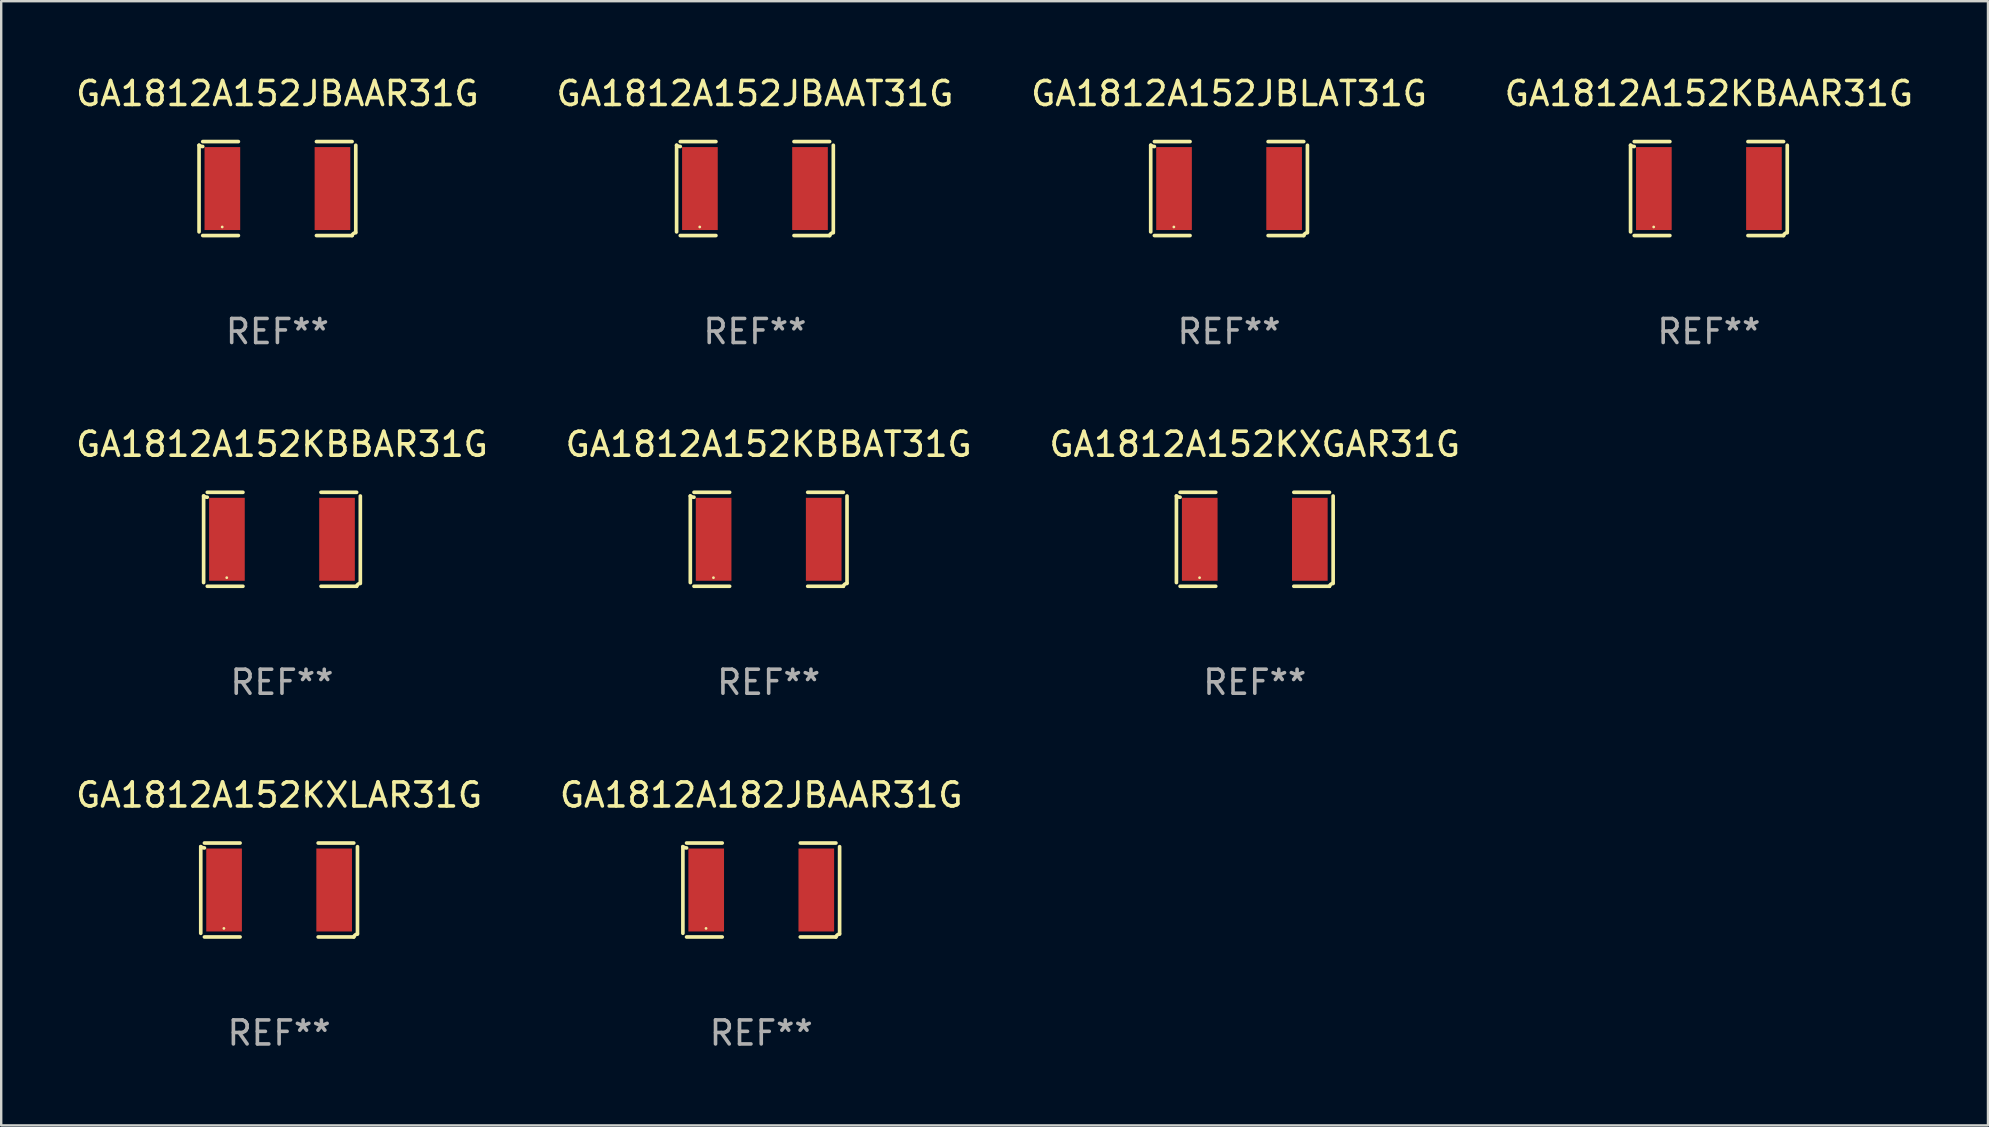
<source format=kicad_pcb>
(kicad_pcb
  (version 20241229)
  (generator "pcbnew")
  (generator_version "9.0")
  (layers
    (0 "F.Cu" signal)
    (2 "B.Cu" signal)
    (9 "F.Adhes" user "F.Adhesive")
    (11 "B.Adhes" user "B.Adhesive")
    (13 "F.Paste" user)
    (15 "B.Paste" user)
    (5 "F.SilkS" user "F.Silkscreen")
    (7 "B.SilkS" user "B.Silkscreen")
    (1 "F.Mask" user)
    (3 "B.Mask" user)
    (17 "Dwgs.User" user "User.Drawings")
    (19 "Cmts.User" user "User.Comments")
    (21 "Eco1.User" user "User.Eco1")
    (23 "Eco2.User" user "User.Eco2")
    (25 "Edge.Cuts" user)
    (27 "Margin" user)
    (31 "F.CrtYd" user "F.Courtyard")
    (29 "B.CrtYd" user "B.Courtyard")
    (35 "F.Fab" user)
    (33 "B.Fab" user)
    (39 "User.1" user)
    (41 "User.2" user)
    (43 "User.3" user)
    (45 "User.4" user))
  (footprint "GA1812A152KBBAR31G"
    (layer "F.Cu")
    (at 8.696 19.415)
    (property "Reference" "GA1812A152KBBAR31G" (at 0 -3.957 0) (layer "F.SilkS") (effects (font (size 1 1) (thickness 0.15))))
    (attr through_hole)
    (fp_line (start -3.264 1.804) (end -3.264 -1.804) (stroke (width 0.152) (type solid)) (layer "F.SilkS"))
    (fp_line (start -3.111 -1.957) (end -1.626 -1.957) (stroke (width 0.152) (type solid)) (layer "F.SilkS"))
    (fp_line (start -1.626 1.957) (end -3.111 1.957) (stroke (width 0.152) (type solid)) (layer "F.SilkS"))
    (fp_line (start 1.626 1.957) (end 3.111 1.957) (stroke (width 0.152) (type solid)) (layer "F.SilkS"))
    (fp_line (start 3.111 -1.957) (end 1.626 -1.957) (stroke (width 0.152) (type solid)) (layer "F.SilkS"))
    (fp_line (start 3.264 1.804) (end 3.264 -1.804) (stroke (width 0.152) (type solid)) (layer "F.SilkS"))
    (fp_arc (start -3.111202 -1.752192) (mid -3.191715 -1.76555) (end -3.263602 -1.804191) (stroke (width 0.1524) (type solid)) (layer "F.SilkS"))
    (fp_arc (start 3.111201 1.956591) (mid 3.167789 1.872777) (end 3.263602 1.840424) (stroke (width 0.1524) (type solid)) (layer "F.SilkS"))
    (fp_circle (center -2.3 1.6) (end -2.27 1.6) (stroke (width 0.06) (type solid)) (fill no) (layer "F.SilkS"))
    (fp_text user "REF**" (at 0 5.957 0) (layer "F.Fab") (effects (font (size 1 1) (thickness 0.15))))
    (pad "1" smd rect (at -2.293 0) (size 1.485 3.456) (layers "F.Cu" "F.Mask" "F.Paste"))
    (pad "2" smd rect (at 2.293 0) (size 1.485 3.456) (layers "F.Cu" "F.Mask" "F.Paste")))
  (footprint "GA1812A182JBAAR31G"
    (layer "F.Cu")
    (at 28.661 34.024)
    (property "Reference" "GA1812A182JBAAR31G" (at 0 -3.957 0) (layer "F.SilkS") (effects (font (size 1 1) (thickness 0.15))))
    (attr through_hole)
    (fp_line (start -3.264 1.804) (end -3.264 -1.804) (stroke (width 0.152) (type solid)) (layer "F.SilkS"))
    (fp_line (start -3.111 -1.957) (end -1.626 -1.957) (stroke (width 0.152) (type solid)) (layer "F.SilkS"))
    (fp_line (start -1.626 1.957) (end -3.111 1.957) (stroke (width 0.152) (type solid)) (layer "F.SilkS"))
    (fp_line (start 1.626 1.957) (end 3.111 1.957) (stroke (width 0.152) (type solid)) (layer "F.SilkS"))
    (fp_line (start 3.111 -1.957) (end 1.626 -1.957) (stroke (width 0.152) (type solid)) (layer "F.SilkS"))
    (fp_line (start 3.264 1.804) (end 3.264 -1.804) (stroke (width 0.152) (type solid)) (layer "F.SilkS"))
    (fp_arc (start -3.111202 -1.752192) (mid -3.191715 -1.76555) (end -3.263602 -1.804191) (stroke (width 0.1524) (type solid)) (layer "F.SilkS"))
    (fp_arc (start 3.111201 1.956591) (mid 3.167789 1.872777) (end 3.263602 1.840424) (stroke (width 0.1524) (type solid)) (layer "F.SilkS"))
    (fp_circle (center -2.3 1.6) (end -2.27 1.6) (stroke (width 0.06) (type solid)) (fill no) (layer "F.SilkS"))
    (fp_text user "REF**" (at 0 5.957 0) (layer "F.Fab") (effects (font (size 1 1) (thickness 0.15))))
    (pad "1" smd rect (at -2.293 0) (size 1.485 3.456) (layers "F.Cu" "F.Mask" "F.Paste"))
    (pad "2" smd rect (at 2.293 0) (size 1.485 3.456) (layers "F.Cu" "F.Mask" "F.Paste")))
  (footprint "GA1812A152KXLAR31G"
    (layer "F.Cu")
    (at 8.577 34.024)
    (property "Reference" "GA1812A152KXLAR31G" (at 0 -3.957 0) (layer "F.SilkS") (effects (font (size 1 1) (thickness 0.15))))
    (attr through_hole)
    (fp_line (start -3.264 1.804) (end -3.264 -1.804) (stroke (width 0.152) (type solid)) (layer "F.SilkS"))
    (fp_line (start -3.111 -1.957) (end -1.626 -1.957) (stroke (width 0.152) (type solid)) (layer "F.SilkS"))
    (fp_line (start -1.626 1.957) (end -3.111 1.957) (stroke (width 0.152) (type solid)) (layer "F.SilkS"))
    (fp_line (start 1.626 1.957) (end 3.111 1.957) (stroke (width 0.152) (type solid)) (layer "F.SilkS"))
    (fp_line (start 3.111 -1.957) (end 1.626 -1.957) (stroke (width 0.152) (type solid)) (layer "F.SilkS"))
    (fp_line (start 3.264 1.804) (end 3.264 -1.804) (stroke (width 0.152) (type solid)) (layer "F.SilkS"))
    (fp_arc (start -3.111202 -1.752192) (mid -3.191715 -1.76555) (end -3.263602 -1.804191) (stroke (width 0.1524) (type solid)) (layer "F.SilkS"))
    (fp_arc (start 3.111201 1.956591) (mid 3.167789 1.872777) (end 3.263602 1.840424) (stroke (width 0.1524) (type solid)) (layer "F.SilkS"))
    (fp_circle (center -2.3 1.6) (end -2.27 1.6) (stroke (width 0.06) (type solid)) (fill no) (layer "F.SilkS"))
    (fp_text user "REF**" (at 0 5.957 0) (layer "F.Fab") (effects (font (size 1 1) (thickness 0.15))))
    (pad "1" smd rect (at -2.293 0) (size 1.485 3.456) (layers "F.Cu" "F.Mask" "F.Paste"))
    (pad "2" smd rect (at 2.293 0) (size 1.485 3.456) (layers "F.Cu" "F.Mask" "F.Paste")))
  (footprint "GA1812A152JBLAT31G"
    (layer "F.Cu")
    (at 48.149 4.805)
    (property "Reference" "GA1812A152JBLAT31G" (at 0 -3.957 0) (layer "F.SilkS") (effects (font (size 1 1) (thickness 0.15))))
    (attr through_hole)
    (fp_line (start -3.264 1.804) (end -3.264 -1.804) (stroke (width 0.152) (type solid)) (layer "F.SilkS"))
    (fp_line (start -3.111 -1.957) (end -1.626 -1.957) (stroke (width 0.152) (type solid)) (layer "F.SilkS"))
    (fp_line (start -1.626 1.957) (end -3.111 1.957) (stroke (width 0.152) (type solid)) (layer "F.SilkS"))
    (fp_line (start 1.626 1.957) (end 3.111 1.957) (stroke (width 0.152) (type solid)) (layer "F.SilkS"))
    (fp_line (start 3.111 -1.957) (end 1.626 -1.957) (stroke (width 0.152) (type solid)) (layer "F.SilkS"))
    (fp_line (start 3.264 1.804) (end 3.264 -1.804) (stroke (width 0.152) (type solid)) (layer "F.SilkS"))
    (fp_arc (start -3.111202 -1.752192) (mid -3.191715 -1.76555) (end -3.263602 -1.804191) (stroke (width 0.1524) (type solid)) (layer "F.SilkS"))
    (fp_arc (start 3.111201 1.956591) (mid 3.167789 1.872777) (end 3.263602 1.840424) (stroke (width 0.1524) (type solid)) (layer "F.SilkS"))
    (fp_circle (center -2.3 1.6) (end -2.27 1.6) (stroke (width 0.06) (type solid)) (fill no) (layer "F.SilkS"))
    (fp_text user "REF**" (at 0 5.957 0) (layer "F.Fab") (effects (font (size 1 1) (thickness 0.15))))
    (pad "1" smd rect (at -2.293 0) (size 1.485 3.456) (layers "F.Cu" "F.Mask" "F.Paste"))
    (pad "2" smd rect (at 2.293 0) (size 1.485 3.456) (layers "F.Cu" "F.Mask" "F.Paste")))
  (footprint "GA1812A152JBAAT31G"
    (layer "F.Cu")
    (at 28.399 4.805)
    (property "Reference" "GA1812A152JBAAT31G" (at 0 -3.957 0) (layer "F.SilkS") (effects (font (size 1 1) (thickness 0.15))))
    (attr through_hole)
    (fp_line (start -3.264 1.804) (end -3.264 -1.804) (stroke (width 0.152) (type solid)) (layer "F.SilkS"))
    (fp_line (start -3.111 -1.957) (end -1.626 -1.957) (stroke (width 0.152) (type solid)) (layer "F.SilkS"))
    (fp_line (start -1.626 1.957) (end -3.111 1.957) (stroke (width 0.152) (type solid)) (layer "F.SilkS"))
    (fp_line (start 1.626 1.957) (end 3.111 1.957) (stroke (width 0.152) (type solid)) (layer "F.SilkS"))
    (fp_line (start 3.111 -1.957) (end 1.626 -1.957) (stroke (width 0.152) (type solid)) (layer "F.SilkS"))
    (fp_line (start 3.264 1.804) (end 3.264 -1.804) (stroke (width 0.152) (type solid)) (layer "F.SilkS"))
    (fp_arc (start -3.111202 -1.752192) (mid -3.191715 -1.76555) (end -3.263602 -1.804191) (stroke (width 0.1524) (type solid)) (layer "F.SilkS"))
    (fp_arc (start 3.111201 1.956591) (mid 3.167789 1.872777) (end 3.263602 1.840424) (stroke (width 0.1524) (type solid)) (layer "F.SilkS"))
    (fp_circle (center -2.3 1.6) (end -2.27 1.6) (stroke (width 0.06) (type solid)) (fill no) (layer "F.SilkS"))
    (fp_text user "REF**" (at 0 5.957 0) (layer "F.Fab") (effects (font (size 1 1) (thickness 0.15))))
    (pad "1" smd rect (at -2.293 0) (size 1.485 3.456) (layers "F.Cu" "F.Mask" "F.Paste"))
    (pad "2" smd rect (at 2.293 0) (size 1.485 3.456) (layers "F.Cu" "F.Mask" "F.Paste")))
  (footprint "GA1812A152KBBAT31G"
    (layer "F.Cu")
    (at 28.97 19.415)
    (property "Reference" "GA1812A152KBBAT31G" (at 0 -3.957 0) (layer "F.SilkS") (effects (font (size 1 1) (thickness 0.15))))
    (attr through_hole)
    (fp_line (start -3.264 1.804) (end -3.264 -1.804) (stroke (width 0.152) (type solid)) (layer "F.SilkS"))
    (fp_line (start -3.111 -1.957) (end -1.626 -1.957) (stroke (width 0.152) (type solid)) (layer "F.SilkS"))
    (fp_line (start -1.626 1.957) (end -3.111 1.957) (stroke (width 0.152) (type solid)) (layer "F.SilkS"))
    (fp_line (start 1.626 1.957) (end 3.111 1.957) (stroke (width 0.152) (type solid)) (layer "F.SilkS"))
    (fp_line (start 3.111 -1.957) (end 1.626 -1.957) (stroke (width 0.152) (type solid)) (layer "F.SilkS"))
    (fp_line (start 3.264 1.804) (end 3.264 -1.804) (stroke (width 0.152) (type solid)) (layer "F.SilkS"))
    (fp_arc (start -3.111202 -1.752192) (mid -3.191715 -1.76555) (end -3.263602 -1.804191) (stroke (width 0.1524) (type solid)) (layer "F.SilkS"))
    (fp_arc (start 3.111201 1.956591) (mid 3.167789 1.872777) (end 3.263602 1.840424) (stroke (width 0.1524) (type solid)) (layer "F.SilkS"))
    (fp_circle (center -2.3 1.6) (end -2.27 1.6) (stroke (width 0.06) (type solid)) (fill no) (layer "F.SilkS"))
    (fp_text user "REF**" (at 0 5.957 0) (layer "F.Fab") (effects (font (size 1 1) (thickness 0.15))))
    (pad "1" smd rect (at -2.293 0) (size 1.485 3.456) (layers "F.Cu" "F.Mask" "F.Paste"))
    (pad "2" smd rect (at 2.293 0) (size 1.485 3.456) (layers "F.Cu" "F.Mask" "F.Paste")))
  (footprint "GA1812A152KBAAR31G"
    (layer "F.Cu")
    (at 68.137 4.805)
    (property "Reference" "GA1812A152KBAAR31G" (at 0 -3.957 0) (layer "F.SilkS") (effects (font (size 1 1) (thickness 0.15))))
    (attr through_hole)
    (fp_line (start -3.264 1.804) (end -3.264 -1.804) (stroke (width 0.152) (type solid)) (layer "F.SilkS"))
    (fp_line (start -3.111 -1.957) (end -1.626 -1.957) (stroke (width 0.152) (type solid)) (layer "F.SilkS"))
    (fp_line (start -1.626 1.957) (end -3.111 1.957) (stroke (width 0.152) (type solid)) (layer "F.SilkS"))
    (fp_line (start 1.626 1.957) (end 3.111 1.957) (stroke (width 0.152) (type solid)) (layer "F.SilkS"))
    (fp_line (start 3.111 -1.957) (end 1.626 -1.957) (stroke (width 0.152) (type solid)) (layer "F.SilkS"))
    (fp_line (start 3.264 1.804) (end 3.264 -1.804) (stroke (width 0.152) (type solid)) (layer "F.SilkS"))
    (fp_arc (start -3.111202 -1.752192) (mid -3.191715 -1.76555) (end -3.263602 -1.804191) (stroke (width 0.1524) (type solid)) (layer "F.SilkS"))
    (fp_arc (start 3.111201 1.956591) (mid 3.167789 1.872777) (end 3.263602 1.840424) (stroke (width 0.1524) (type solid)) (layer "F.SilkS"))
    (fp_circle (center -2.3 1.6) (end -2.27 1.6) (stroke (width 0.06) (type solid)) (fill no) (layer "F.SilkS"))
    (fp_text user "REF**" (at 0 5.957 0) (layer "F.Fab") (effects (font (size 1 1) (thickness 0.15))))
    (pad "1" smd rect (at -2.293 0) (size 1.485 3.456) (layers "F.Cu" "F.Mask" "F.Paste"))
    (pad "2" smd rect (at 2.293 0) (size 1.485 3.456) (layers "F.Cu" "F.Mask" "F.Paste")))
  (footprint "GA1812A152KXGAR31G"
    (layer "F.Cu")
    (at 49.22 19.415)
    (property "Reference" "GA1812A152KXGAR31G" (at 0 -3.957 0) (layer "F.SilkS") (effects (font (size 1 1) (thickness 0.15))))
    (attr through_hole)
    (fp_line (start -3.264 1.804) (end -3.264 -1.804) (stroke (width 0.152) (type solid)) (layer "F.SilkS"))
    (fp_line (start -3.111 -1.957) (end -1.626 -1.957) (stroke (width 0.152) (type solid)) (layer "F.SilkS"))
    (fp_line (start -1.626 1.957) (end -3.111 1.957) (stroke (width 0.152) (type solid)) (layer "F.SilkS"))
    (fp_line (start 1.626 1.957) (end 3.111 1.957) (stroke (width 0.152) (type solid)) (layer "F.SilkS"))
    (fp_line (start 3.111 -1.957) (end 1.626 -1.957) (stroke (width 0.152) (type solid)) (layer "F.SilkS"))
    (fp_line (start 3.264 1.804) (end 3.264 -1.804) (stroke (width 0.152) (type solid)) (layer "F.SilkS"))
    (fp_arc (start -3.111202 -1.752192) (mid -3.191715 -1.76555) (end -3.263602 -1.804191) (stroke (width 0.1524) (type solid)) (layer "F.SilkS"))
    (fp_arc (start 3.111201 1.956591) (mid 3.167789 1.872777) (end 3.263602 1.840424) (stroke (width 0.1524) (type solid)) (layer "F.SilkS"))
    (fp_circle (center -2.3 1.6) (end -2.27 1.6) (stroke (width 0.06) (type solid)) (fill no) (layer "F.SilkS"))
    (fp_text user "REF**" (at 0 5.957 0) (layer "F.Fab") (effects (font (size 1 1) (thickness 0.15))))
    (pad "1" smd rect (at -2.293 0) (size 1.485 3.456) (layers "F.Cu" "F.Mask" "F.Paste"))
    (pad "2" smd rect (at 2.293 0) (size 1.485 3.456) (layers "F.Cu" "F.Mask" "F.Paste")))
  (footprint "GA1812A152JBAAR31G"
    (layer "F.Cu")
    (at 8.506 4.805)
    (property "Reference" "GA1812A152JBAAR31G" (at 0 -3.957 0) (layer "F.SilkS") (effects (font (size 1 1) (thickness 0.15))))
    (attr through_hole)
    (fp_line (start -3.264 1.804) (end -3.264 -1.804) (stroke (width 0.152) (type solid)) (layer "F.SilkS"))
    (fp_line (start -3.111 -1.957) (end -1.626 -1.957) (stroke (width 0.152) (type solid)) (layer "F.SilkS"))
    (fp_line (start -1.626 1.957) (end -3.111 1.957) (stroke (width 0.152) (type solid)) (layer "F.SilkS"))
    (fp_line (start 1.626 1.957) (end 3.111 1.957) (stroke (width 0.152) (type solid)) (layer "F.SilkS"))
    (fp_line (start 3.111 -1.957) (end 1.626 -1.957) (stroke (width 0.152) (type solid)) (layer "F.SilkS"))
    (fp_line (start 3.264 1.804) (end 3.264 -1.804) (stroke (width 0.152) (type solid)) (layer "F.SilkS"))
    (fp_arc (start -3.111202 -1.752192) (mid -3.191715 -1.76555) (end -3.263602 -1.804191) (stroke (width 0.1524) (type solid)) (layer "F.SilkS"))
    (fp_arc (start 3.111201 1.956591) (mid 3.167789 1.872777) (end 3.263602 1.840424) (stroke (width 0.1524) (type solid)) (layer "F.SilkS"))
    (fp_circle (center -2.3 1.6) (end -2.27 1.6) (stroke (width 0.06) (type solid)) (fill no) (layer "F.SilkS"))
    (fp_text user "REF**" (at 0 5.957 0) (layer "F.Fab") (effects (font (size 1 1) (thickness 0.15))))
    (pad "1" smd rect (at -2.293 0) (size 1.485 3.456) (layers "F.Cu" "F.Mask" "F.Paste"))
    (pad "2" smd rect (at 2.293 0) (size 1.485 3.456) (layers "F.Cu" "F.Mask" "F.Paste")))
  (gr_rect
    (start -3 -3)
    (end 79.762 43.829)
    (stroke (width 0.1) (type default))
    (fill no)
    (layer "Edge.Cuts")))
</source>
